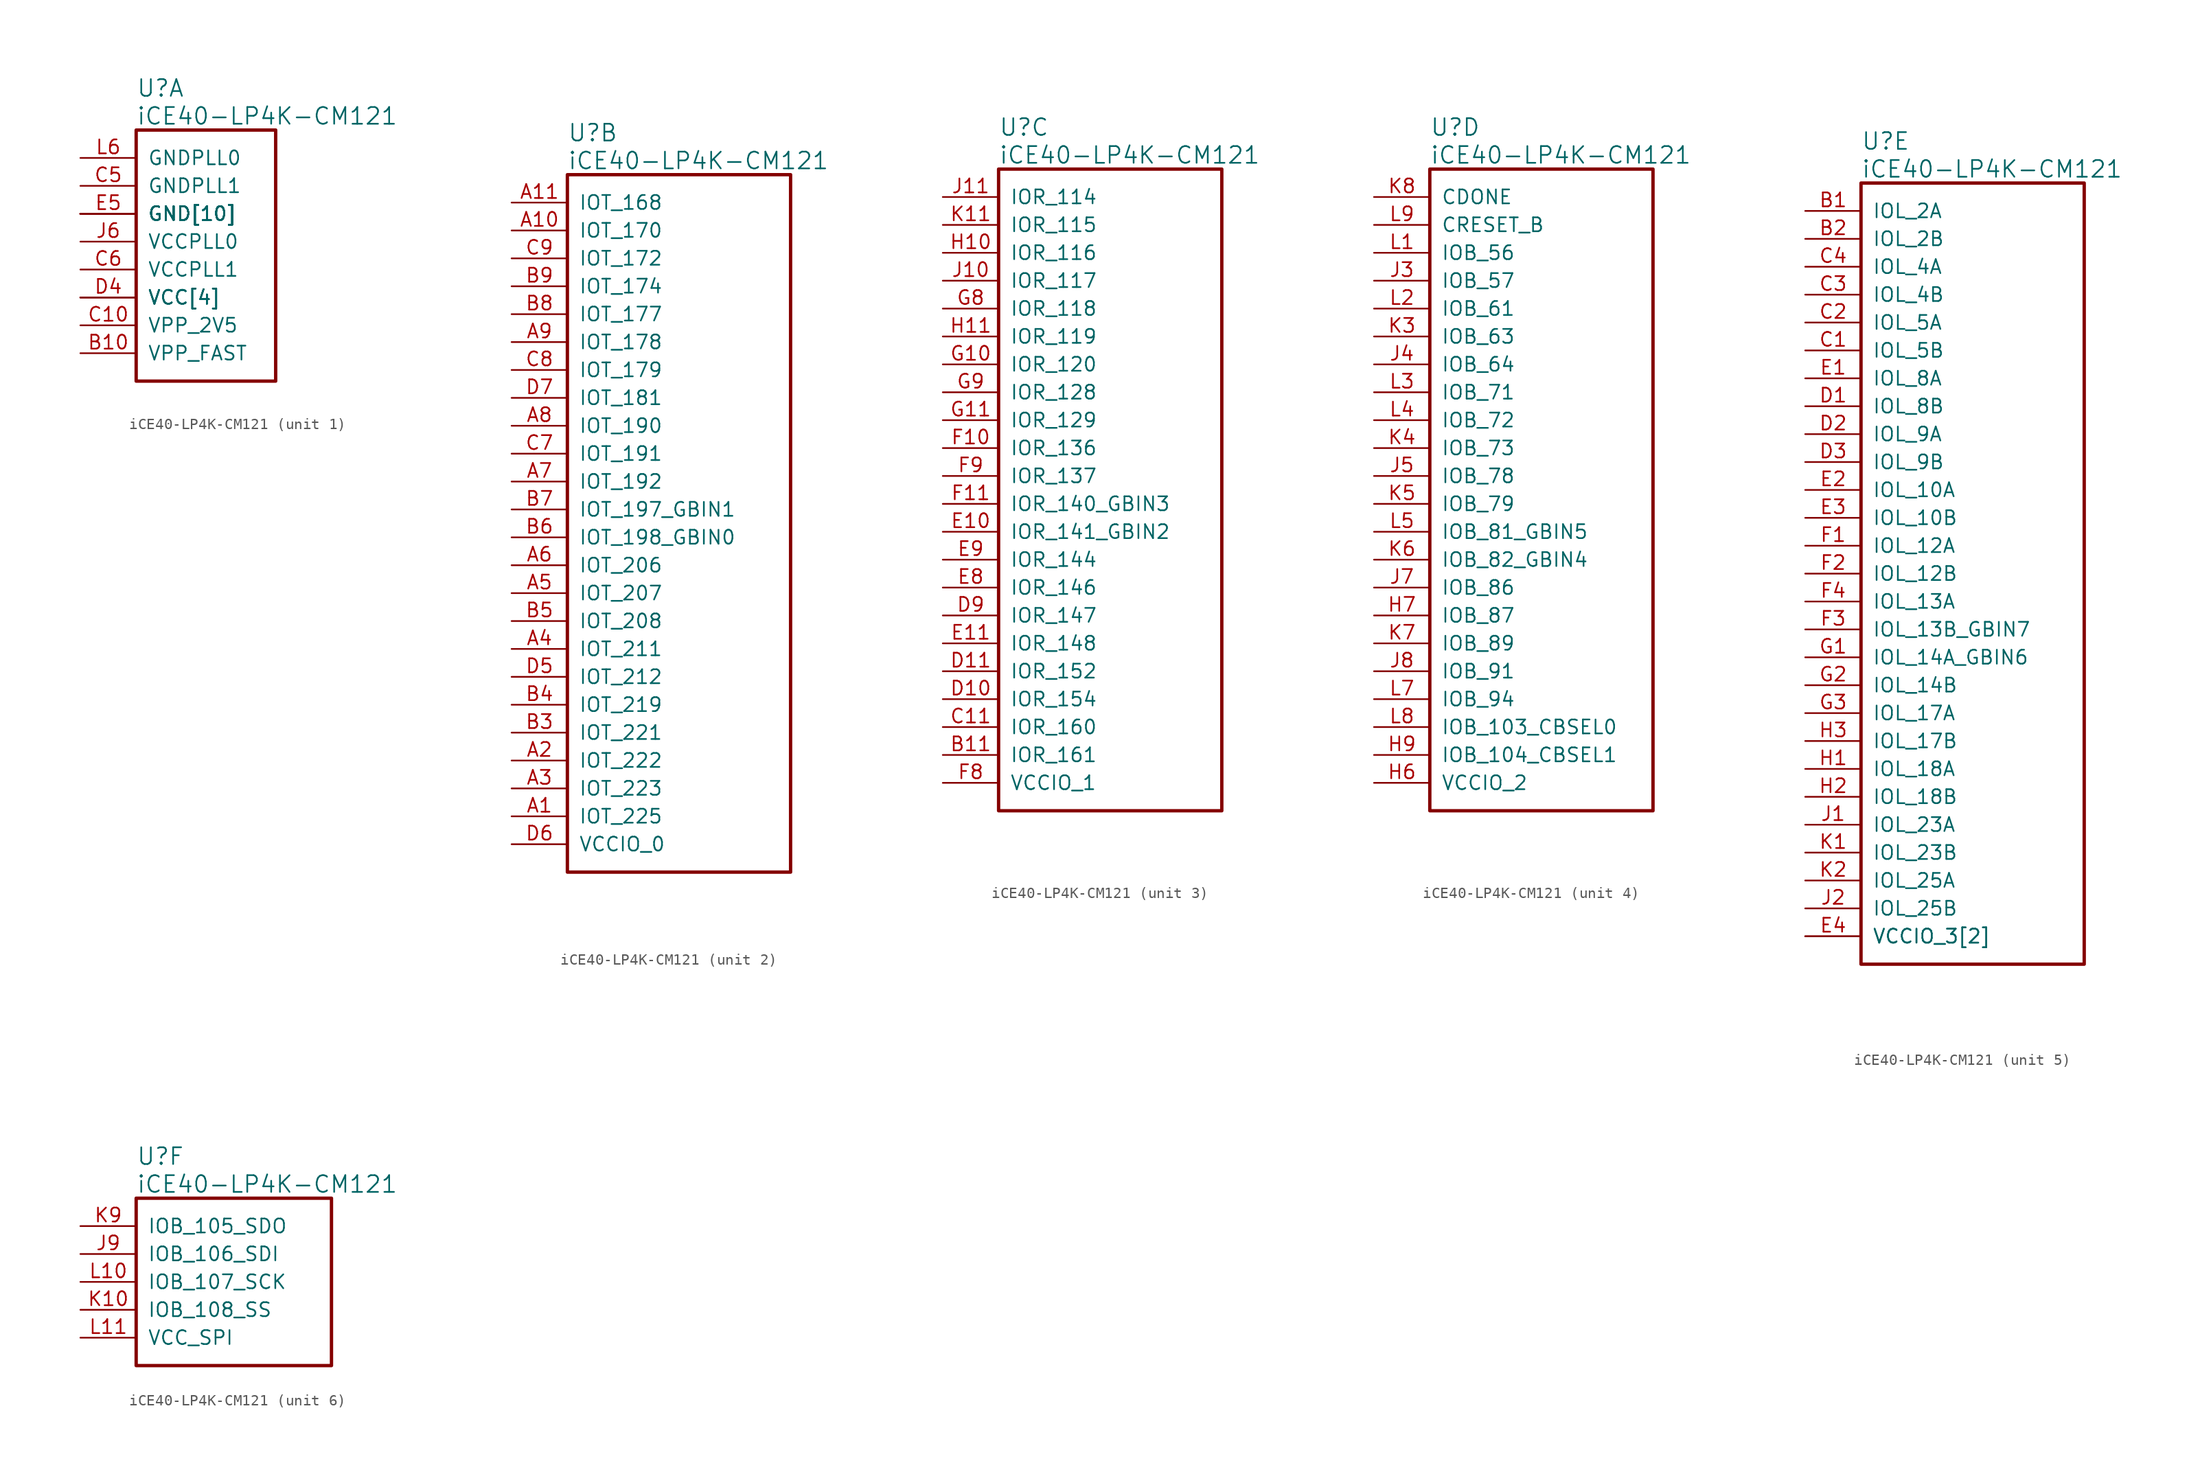
<source format=kicad_sym>
(kicad_symbol_lib
  (version 20241209)
  (generator "kicad_symbol_editor")
  (generator_version "9.0")
  (symbol "iCE40-LP4K-CM121"
    (pin_names
      (offset 1.016))
    (property "Reference" "U"
      (at 5.08 6.35 0)
      (effects (font (size 1.524 1.524)) (justify left)))
    (property "Value" "iCE40-LP4K-CM121"
      (at 5.08 3.81 0)
      (effects (font (size 1.524 1.524)) (justify left)))
    (property "ki_locked" ""
      (at 0 0 0)
      (effects (font (size 1.27 1.27))))
    (symbol "iCE40-LP4K-CM121_1_1"
      (rectangle (start 5.08 2.54) (end 17.78 -20.32) (stroke (width 0.305) (type solid)) (fill (type none)))
      (pin power_in line (at 0 0 0) (length 5.08) (name "GNDPLL0" (effects (font (size 1.27 1.27)))) (number "L6" (effects (font (size 1.27 1.27)))))
      (pin power_in line (at 0 -2.54 0) (length 5.08) (name "GNDPLL1" (effects (font (size 1.27 1.27)))) (number "C5" (effects (font (size 1.27 1.27)))))
      (pin power_in line (at 0 -5.08 0) (length 5.08) (name "GND[10]" (effects (font (size 1.27 1.27)))) (number "E5" (effects (font (size 1.27 1.27)))))
      (pin power_in line (at 0 -5.08 0) (length 5.08) (name "GND[10]" (effects (font (size 1.27 1.27)))) (number "E6" (effects (font (size 0 0)))))
      (pin power_in line (at 0 -5.08 0) (length 5.08) (name "GND[10]" (effects (font (size 1.27 1.27)))) (number "E7" (effects (font (size 0 0)))))
      (pin power_in line (at 0 -5.08 0) (length 5.08) (name "GND[10]" (effects (font (size 1.27 1.27)))) (number "F5" (effects (font (size 0 0)))))
      (pin power_in line (at 0 -5.08 0) (length 5.08) (name "GND[10]" (effects (font (size 1.27 1.27)))) (number "F6" (effects (font (size 0 0)))))
      (pin power_in line (at 0 -5.08 0) (length 5.08) (name "GND[10]" (effects (font (size 1.27 1.27)))) (number "F7" (effects (font (size 0 0)))))
      (pin power_in line (at 0 -5.08 0) (length 5.08) (name "GND[10]" (effects (font (size 1.27 1.27)))) (number "G5" (effects (font (size 0 0)))))
      (pin power_in line (at 0 -5.08 0) (length 5.08) (name "GND[10]" (effects (font (size 1.27 1.27)))) (number "G6" (effects (font (size 0 0)))))
      (pin power_in line (at 0 -5.08 0) (length 5.08) (name "GND[10]" (effects (font (size 1.27 1.27)))) (number "G7" (effects (font (size 0 0)))))
      (pin power_in line (at 0 -5.08 0) (length 5.08) (name "GND[10]" (effects (font (size 1.27 1.27)))) (number "H5" (effects (font (size 0 0)))))
      (pin power_in line (at 0 -7.62 0) (length 5.08) (name "VCCPLL0" (effects (font (size 1.27 1.27)))) (number "J6" (effects (font (size 1.27 1.27)))))
      (pin power_in line (at 0 -10.16 0) (length 5.08) (name "VCCPLL1" (effects (font (size 1.27 1.27)))) (number "C6" (effects (font (size 1.27 1.27)))))
      (pin power_in line (at 0 -12.7 0) (length 5.08) (name "VCC[4]" (effects (font (size 1.27 1.27)))) (number "D4" (effects (font (size 1.27 1.27)))))
      (pin power_in line (at 0 -12.7 0) (length 5.08) (name "VCC[4]" (effects (font (size 1.27 1.27)))) (number "D8" (effects (font (size 0 0)))))
      (pin power_in line (at 0 -12.7 0) (length 5.08) (name "VCC[4]" (effects (font (size 1.27 1.27)))) (number "H4" (effects (font (size 0 0)))))
      (pin power_in line (at 0 -12.7 0) (length 5.08) (name "VCC[4]" (effects (font (size 1.27 1.27)))) (number "H8" (effects (font (size 0 0)))))
      (pin power_in line (at 0 -15.24 0) (length 5.08) (name "VPP_2V5" (effects (font (size 1.27 1.27)))) (number "C10" (effects (font (size 1.27 1.27)))))
      (pin power_in line (at 0 -17.78 0) (length 5.08) (name "VPP_FAST" (effects (font (size 1.27 1.27)))) (number "B10" (effects (font (size 1.27 1.27))))))
    (symbol "iCE40-LP4K-CM121_2_1"
      (rectangle (start 5.08 2.54) (end 25.4 -60.96) (stroke (width 0.305) (type solid)) (fill (type none)))
      (pin bidirectional line (at 0 0 0) (length 5.08) (name "IOT_168" (effects (font (size 1.27 1.27)))) (number "A11" (effects (font (size 1.27 1.27)))))
      (pin bidirectional line (at 0 -2.54 0) (length 5.08) (name "IOT_170" (effects (font (size 1.27 1.27)))) (number "A10" (effects (font (size 1.27 1.27)))))
      (pin bidirectional line (at 0 -5.08 0) (length 5.08) (name "IOT_172" (effects (font (size 1.27 1.27)))) (number "C9" (effects (font (size 1.27 1.27)))))
      (pin bidirectional line (at 0 -7.62 0) (length 5.08) (name "IOT_174" (effects (font (size 1.27 1.27)))) (number "B9" (effects (font (size 1.27 1.27)))))
      (pin bidirectional line (at 0 -10.16 0) (length 5.08) (name "IOT_177" (effects (font (size 1.27 1.27)))) (number "B8" (effects (font (size 1.27 1.27)))))
      (pin bidirectional line (at 0 -12.7 0) (length 5.08) (name "IOT_178" (effects (font (size 1.27 1.27)))) (number "A9" (effects (font (size 1.27 1.27)))))
      (pin bidirectional line (at 0 -15.24 0) (length 5.08) (name "IOT_179" (effects (font (size 1.27 1.27)))) (number "C8" (effects (font (size 1.27 1.27)))))
      (pin bidirectional line (at 0 -17.78 0) (length 5.08) (name "IOT_181" (effects (font (size 1.27 1.27)))) (number "D7" (effects (font (size 1.27 1.27)))))
      (pin bidirectional line (at 0 -20.32 0) (length 5.08) (name "IOT_190" (effects (font (size 1.27 1.27)))) (number "A8" (effects (font (size 1.27 1.27)))))
      (pin bidirectional line (at 0 -22.86 0) (length 5.08) (name "IOT_191" (effects (font (size 1.27 1.27)))) (number "C7" (effects (font (size 1.27 1.27)))))
      (pin bidirectional line (at 0 -25.4 0) (length 5.08) (name "IOT_192" (effects (font (size 1.27 1.27)))) (number "A7" (effects (font (size 1.27 1.27)))))
      (pin bidirectional line (at 0 -27.94 0) (length 5.08) (name "IOT_197_GBIN1" (effects (font (size 1.27 1.27)))) (number "B7" (effects (font (size 1.27 1.27)))))
      (pin bidirectional line (at 0 -30.48 0) (length 5.08) (name "IOT_198_GBIN0" (effects (font (size 1.27 1.27)))) (number "B6" (effects (font (size 1.27 1.27)))))
      (pin bidirectional line (at 0 -33.02 0) (length 5.08) (name "IOT_206" (effects (font (size 1.27 1.27)))) (number "A6" (effects (font (size 1.27 1.27)))))
      (pin bidirectional line (at 0 -35.56 0) (length 5.08) (name "IOT_207" (effects (font (size 1.27 1.27)))) (number "A5" (effects (font (size 1.27 1.27)))))
      (pin bidirectional line (at 0 -38.1 0) (length 5.08) (name "IOT_208" (effects (font (size 1.27 1.27)))) (number "B5" (effects (font (size 1.27 1.27)))))
      (pin bidirectional line (at 0 -40.64 0) (length 5.08) (name "IOT_211" (effects (font (size 1.27 1.27)))) (number "A4" (effects (font (size 1.27 1.27)))))
      (pin bidirectional line (at 0 -43.18 0) (length 5.08) (name "IOT_212" (effects (font (size 1.27 1.27)))) (number "D5" (effects (font (size 1.27 1.27)))))
      (pin bidirectional line (at 0 -45.72 0) (length 5.08) (name "IOT_219" (effects (font (size 1.27 1.27)))) (number "B4" (effects (font (size 1.27 1.27)))))
      (pin bidirectional line (at 0 -48.26 0) (length 5.08) (name "IOT_221" (effects (font (size 1.27 1.27)))) (number "B3" (effects (font (size 1.27 1.27)))))
      (pin bidirectional line (at 0 -50.8 0) (length 5.08) (name "IOT_222" (effects (font (size 1.27 1.27)))) (number "A2" (effects (font (size 1.27 1.27)))))
      (pin bidirectional line (at 0 -53.34 0) (length 5.08) (name "IOT_223" (effects (font (size 1.27 1.27)))) (number "A3" (effects (font (size 1.27 1.27)))))
      (pin bidirectional line (at 0 -55.88 0) (length 5.08) (name "IOT_225" (effects (font (size 1.27 1.27)))) (number "A1" (effects (font (size 1.27 1.27)))))
      (pin power_in line (at 0 -58.42 0) (length 5.08) (name "VCCIO_0" (effects (font (size 1.27 1.27)))) (number "D6" (effects (font (size 1.27 1.27))))))
    (symbol "iCE40-LP4K-CM121_3_1"
      (rectangle (start 5.08 2.54) (end 25.4 -55.88) (stroke (width 0.305) (type solid)) (fill (type none)))
      (pin bidirectional line (at 0 0 0) (length 5.08) (name "IOR_114" (effects (font (size 1.27 1.27)))) (number "J11" (effects (font (size 1.27 1.27)))))
      (pin bidirectional line (at 0 -2.54 0) (length 5.08) (name "IOR_115" (effects (font (size 1.27 1.27)))) (number "K11" (effects (font (size 1.27 1.27)))))
      (pin bidirectional line (at 0 -5.08 0) (length 5.08) (name "IOR_116" (effects (font (size 1.27 1.27)))) (number "H10" (effects (font (size 1.27 1.27)))))
      (pin bidirectional line (at 0 -7.62 0) (length 5.08) (name "IOR_117" (effects (font (size 1.27 1.27)))) (number "J10" (effects (font (size 1.27 1.27)))))
      (pin bidirectional line (at 0 -10.16 0) (length 5.08) (name "IOR_118" (effects (font (size 1.27 1.27)))) (number "G8" (effects (font (size 1.27 1.27)))))
      (pin bidirectional line (at 0 -12.7 0) (length 5.08) (name "IOR_119" (effects (font (size 1.27 1.27)))) (number "H11" (effects (font (size 1.27 1.27)))))
      (pin bidirectional line (at 0 -15.24 0) (length 5.08) (name "IOR_120" (effects (font (size 1.27 1.27)))) (number "G10" (effects (font (size 1.27 1.27)))))
      (pin bidirectional line (at 0 -17.78 0) (length 5.08) (name "IOR_128" (effects (font (size 1.27 1.27)))) (number "G9" (effects (font (size 1.27 1.27)))))
      (pin bidirectional line (at 0 -20.32 0) (length 5.08) (name "IOR_129" (effects (font (size 1.27 1.27)))) (number "G11" (effects (font (size 1.27 1.27)))))
      (pin bidirectional line (at 0 -22.86 0) (length 5.08) (name "IOR_136" (effects (font (size 1.27 1.27)))) (number "F10" (effects (font (size 1.27 1.27)))))
      (pin bidirectional line (at 0 -25.4 0) (length 5.08) (name "IOR_137" (effects (font (size 1.27 1.27)))) (number "F9" (effects (font (size 1.27 1.27)))))
      (pin bidirectional line (at 0 -27.94 0) (length 5.08) (name "IOR_140_GBIN3" (effects (font (size 1.27 1.27)))) (number "F11" (effects (font (size 1.27 1.27)))))
      (pin bidirectional line (at 0 -30.48 0) (length 5.08) (name "IOR_141_GBIN2" (effects (font (size 1.27 1.27)))) (number "E10" (effects (font (size 1.27 1.27)))))
      (pin bidirectional line (at 0 -33.02 0) (length 5.08) (name "IOR_144" (effects (font (size 1.27 1.27)))) (number "E9" (effects (font (size 1.27 1.27)))))
      (pin bidirectional line (at 0 -35.56 0) (length 5.08) (name "IOR_146" (effects (font (size 1.27 1.27)))) (number "E8" (effects (font (size 1.27 1.27)))))
      (pin bidirectional line (at 0 -38.1 0) (length 5.08) (name "IOR_147" (effects (font (size 1.27 1.27)))) (number "D9" (effects (font (size 1.27 1.27)))))
      (pin bidirectional line (at 0 -40.64 0) (length 5.08) (name "IOR_148" (effects (font (size 1.27 1.27)))) (number "E11" (effects (font (size 1.27 1.27)))))
      (pin bidirectional line (at 0 -43.18 0) (length 5.08) (name "IOR_152" (effects (font (size 1.27 1.27)))) (number "D11" (effects (font (size 1.27 1.27)))))
      (pin bidirectional line (at 0 -45.72 0) (length 5.08) (name "IOR_154" (effects (font (size 1.27 1.27)))) (number "D10" (effects (font (size 1.27 1.27)))))
      (pin bidirectional line (at 0 -48.26 0) (length 5.08) (name "IOR_160" (effects (font (size 1.27 1.27)))) (number "C11" (effects (font (size 1.27 1.27)))))
      (pin bidirectional line (at 0 -50.8 0) (length 5.08) (name "IOR_161" (effects (font (size 1.27 1.27)))) (number "B11" (effects (font (size 1.27 1.27)))))
      (pin power_in line (at 0 -53.34 0) (length 5.08) (name "VCCIO_1" (effects (font (size 1.27 1.27)))) (number "F8" (effects (font (size 1.27 1.27))))))
    (symbol "iCE40-LP4K-CM121_4_1"
      (rectangle (start 5.08 2.54) (end 25.4 -55.88) (stroke (width 0.305) (type solid)) (fill (type none)))
      (pin output line (at 0 0 0) (length 5.08) (name "CDONE" (effects (font (size 1.27 1.27)))) (number "K8" (effects (font (size 1.27 1.27)))))
      (pin input line (at 0 -2.54 0) (length 5.08) (name "CRESET_B" (effects (font (size 1.27 1.27)))) (number "L9" (effects (font (size 1.27 1.27)))))
      (pin bidirectional line (at 0 -5.08 0) (length 5.08) (name "IOB_56" (effects (font (size 1.27 1.27)))) (number "L1" (effects (font (size 1.27 1.27)))))
      (pin bidirectional line (at 0 -7.62 0) (length 5.08) (name "IOB_57" (effects (font (size 1.27 1.27)))) (number "J3" (effects (font (size 1.27 1.27)))))
      (pin bidirectional line (at 0 -10.16 0) (length 5.08) (name "IOB_61" (effects (font (size 1.27 1.27)))) (number "L2" (effects (font (size 1.27 1.27)))))
      (pin bidirectional line (at 0 -12.7 0) (length 5.08) (name "IOB_63" (effects (font (size 1.27 1.27)))) (number "K3" (effects (font (size 1.27 1.27)))))
      (pin bidirectional line (at 0 -15.24 0) (length 5.08) (name "IOB_64" (effects (font (size 1.27 1.27)))) (number "J4" (effects (font (size 1.27 1.27)))))
      (pin bidirectional line (at 0 -17.78 0) (length 5.08) (name "IOB_71" (effects (font (size 1.27 1.27)))) (number "L3" (effects (font (size 1.27 1.27)))))
      (pin bidirectional line (at 0 -20.32 0) (length 5.08) (name "IOB_72" (effects (font (size 1.27 1.27)))) (number "L4" (effects (font (size 1.27 1.27)))))
      (pin bidirectional line (at 0 -22.86 0) (length 5.08) (name "IOB_73" (effects (font (size 1.27 1.27)))) (number "K4" (effects (font (size 1.27 1.27)))))
      (pin bidirectional line (at 0 -25.4 0) (length 5.08) (name "IOB_78" (effects (font (size 1.27 1.27)))) (number "J5" (effects (font (size 1.27 1.27)))))
      (pin bidirectional line (at 0 -27.94 0) (length 5.08) (name "IOB_79" (effects (font (size 1.27 1.27)))) (number "K5" (effects (font (size 1.27 1.27)))))
      (pin bidirectional line (at 0 -30.48 0) (length 5.08) (name "IOB_81_GBIN5" (effects (font (size 1.27 1.27)))) (number "L5" (effects (font (size 1.27 1.27)))))
      (pin bidirectional line (at 0 -33.02 0) (length 5.08) (name "IOB_82_GBIN4" (effects (font (size 1.27 1.27)))) (number "K6" (effects (font (size 1.27 1.27)))))
      (pin bidirectional line (at 0 -35.56 0) (length 5.08) (name "IOB_86" (effects (font (size 1.27 1.27)))) (number "J7" (effects (font (size 1.27 1.27)))))
      (pin bidirectional line (at 0 -38.1 0) (length 5.08) (name "IOB_87" (effects (font (size 1.27 1.27)))) (number "H7" (effects (font (size 1.27 1.27)))))
      (pin bidirectional line (at 0 -40.64 0) (length 5.08) (name "IOB_89" (effects (font (size 1.27 1.27)))) (number "K7" (effects (font (size 1.27 1.27)))))
      (pin bidirectional line (at 0 -43.18 0) (length 5.08) (name "IOB_91" (effects (font (size 1.27 1.27)))) (number "J8" (effects (font (size 1.27 1.27)))))
      (pin bidirectional line (at 0 -45.72 0) (length 5.08) (name "IOB_94" (effects (font (size 1.27 1.27)))) (number "L7" (effects (font (size 1.27 1.27)))))
      (pin bidirectional line (at 0 -48.26 0) (length 5.08) (name "IOB_103_CBSEL0" (effects (font (size 1.27 1.27)))) (number "L8" (effects (font (size 1.27 1.27)))))
      (pin bidirectional line (at 0 -50.8 0) (length 5.08) (name "IOB_104_CBSEL1" (effects (font (size 1.27 1.27)))) (number "H9" (effects (font (size 1.27 1.27)))))
      (pin power_in line (at 0 -53.34 0) (length 5.08) (name "VCCIO_2" (effects (font (size 1.27 1.27)))) (number "H6" (effects (font (size 1.27 1.27))))))
    (symbol "iCE40-LP4K-CM121_5_1"
      (rectangle (start 5.08 2.54) (end 25.4 -68.58) (stroke (width 0.305) (type solid)) (fill (type none)))
      (pin bidirectional line (at 0 0 0) (length 5.08) (name "IOL_2A" (effects (font (size 1.27 1.27)))) (number "B1" (effects (font (size 1.27 1.27)))))
      (pin bidirectional line (at 0 -2.54 0) (length 5.08) (name "IOL_2B" (effects (font (size 1.27 1.27)))) (number "B2" (effects (font (size 1.27 1.27)))))
      (pin bidirectional line (at 0 -5.08 0) (length 5.08) (name "IOL_4A" (effects (font (size 1.27 1.27)))) (number "C4" (effects (font (size 1.27 1.27)))))
      (pin bidirectional line (at 0 -7.62 0) (length 5.08) (name "IOL_4B" (effects (font (size 1.27 1.27)))) (number "C3" (effects (font (size 1.27 1.27)))))
      (pin bidirectional line (at 0 -10.16 0) (length 5.08) (name "IOL_5A" (effects (font (size 1.27 1.27)))) (number "C2" (effects (font (size 1.27 1.27)))))
      (pin bidirectional line (at 0 -12.7 0) (length 5.08) (name "IOL_5B" (effects (font (size 1.27 1.27)))) (number "C1" (effects (font (size 1.27 1.27)))))
      (pin bidirectional line (at 0 -15.24 0) (length 5.08) (name "IOL_8A" (effects (font (size 1.27 1.27)))) (number "E1" (effects (font (size 1.27 1.27)))))
      (pin bidirectional line (at 0 -17.78 0) (length 5.08) (name "IOL_8B" (effects (font (size 1.27 1.27)))) (number "D1" (effects (font (size 1.27 1.27)))))
      (pin bidirectional line (at 0 -20.32 0) (length 5.08) (name "IOL_9A" (effects (font (size 1.27 1.27)))) (number "D2" (effects (font (size 1.27 1.27)))))
      (pin bidirectional line (at 0 -22.86 0) (length 5.08) (name "IOL_9B" (effects (font (size 1.27 1.27)))) (number "D3" (effects (font (size 1.27 1.27)))))
      (pin bidirectional line (at 0 -25.4 0) (length 5.08) (name "IOL_10A" (effects (font (size 1.27 1.27)))) (number "E2" (effects (font (size 1.27 1.27)))))
      (pin bidirectional line (at 0 -27.94 0) (length 5.08) (name "IOL_10B" (effects (font (size 1.27 1.27)))) (number "E3" (effects (font (size 1.27 1.27)))))
      (pin bidirectional line (at 0 -30.48 0) (length 5.08) (name "IOL_12A" (effects (font (size 1.27 1.27)))) (number "F1" (effects (font (size 1.27 1.27)))))
      (pin bidirectional line (at 0 -33.02 0) (length 5.08) (name "IOL_12B" (effects (font (size 1.27 1.27)))) (number "F2" (effects (font (size 1.27 1.27)))))
      (pin bidirectional line (at 0 -35.56 0) (length 5.08) (name "IOL_13A" (effects (font (size 1.27 1.27)))) (number "F4" (effects (font (size 1.27 1.27)))))
      (pin bidirectional line (at 0 -38.1 0) (length 5.08) (name "IOL_13B_GBIN7" (effects (font (size 1.27 1.27)))) (number "F3" (effects (font (size 1.27 1.27)))))
      (pin bidirectional line (at 0 -40.64 0) (length 5.08) (name "IOL_14A_GBIN6" (effects (font (size 1.27 1.27)))) (number "G1" (effects (font (size 1.27 1.27)))))
      (pin bidirectional line (at 0 -43.18 0) (length 5.08) (name "IOL_14B" (effects (font (size 1.27 1.27)))) (number "G2" (effects (font (size 1.27 1.27)))))
      (pin bidirectional line (at 0 -45.72 0) (length 5.08) (name "IOL_17A" (effects (font (size 1.27 1.27)))) (number "G3" (effects (font (size 1.27 1.27)))))
      (pin bidirectional line (at 0 -48.26 0) (length 5.08) (name "IOL_17B" (effects (font (size 1.27 1.27)))) (number "H3" (effects (font (size 1.27 1.27)))))
      (pin bidirectional line (at 0 -50.8 0) (length 5.08) (name "IOL_18A" (effects (font (size 1.27 1.27)))) (number "H1" (effects (font (size 1.27 1.27)))))
      (pin bidirectional line (at 0 -53.34 0) (length 5.08) (name "IOL_18B" (effects (font (size 1.27 1.27)))) (number "H2" (effects (font (size 1.27 1.27)))))
      (pin bidirectional line (at 0 -55.88 0) (length 5.08) (name "IOL_23A" (effects (font (size 1.27 1.27)))) (number "J1" (effects (font (size 1.27 1.27)))))
      (pin bidirectional line (at 0 -58.42 0) (length 5.08) (name "IOL_23B" (effects (font (size 1.27 1.27)))) (number "K1" (effects (font (size 1.27 1.27)))))
      (pin bidirectional line (at 0 -60.96 0) (length 5.08) (name "IOL_25A" (effects (font (size 1.27 1.27)))) (number "K2" (effects (font (size 1.27 1.27)))))
      (pin bidirectional line (at 0 -63.5 0) (length 5.08) (name "IOL_25B" (effects (font (size 1.27 1.27)))) (number "J2" (effects (font (size 1.27 1.27)))))
      (pin power_in line (at 0 -66.04 0) (length 5.08) (name "VCCIO_3[2]" (effects (font (size 1.27 1.27)))) (number "E4" (effects (font (size 1.27 1.27)))))
      (pin power_in line (at 0 -66.04 0) (length 5.08) (name "VCCIO_3[2]" (effects (font (size 1.27 1.27)))) (number "G4" (effects (font (size 0 0))))))
    (symbol "iCE40-LP4K-CM121_6_1"
      (rectangle (start 5.08 2.54) (end 22.86 -12.7) (stroke (width 0.305) (type solid)) (fill (type none)))
      (pin bidirectional line (at 0 0 0) (length 5.08) (name "IOB_105_SDO" (effects (font (size 1.27 1.27)))) (number "K9" (effects (font (size 1.27 1.27)))))
      (pin bidirectional line (at 0 -2.54 0) (length 5.08) (name "IOB_106_SDI" (effects (font (size 1.27 1.27)))) (number "J9" (effects (font (size 1.27 1.27)))))
      (pin bidirectional line (at 0 -5.08 0) (length 5.08) (name "IOB_107_SCK" (effects (font (size 1.27 1.27)))) (number "L10" (effects (font (size 1.27 1.27)))))
      (pin bidirectional line (at 0 -7.62 0) (length 5.08) (name "IOB_108_SS" (effects (font (size 1.27 1.27)))) (number "K10" (effects (font (size 1.27 1.27)))))
      (pin power_in line (at 0 -10.16 0) (length 5.08) (name "VCC_SPI" (effects (font (size 1.27 1.27)))) (number "L11" (effects (font (size 1.27 1.27))))))))
</source>
